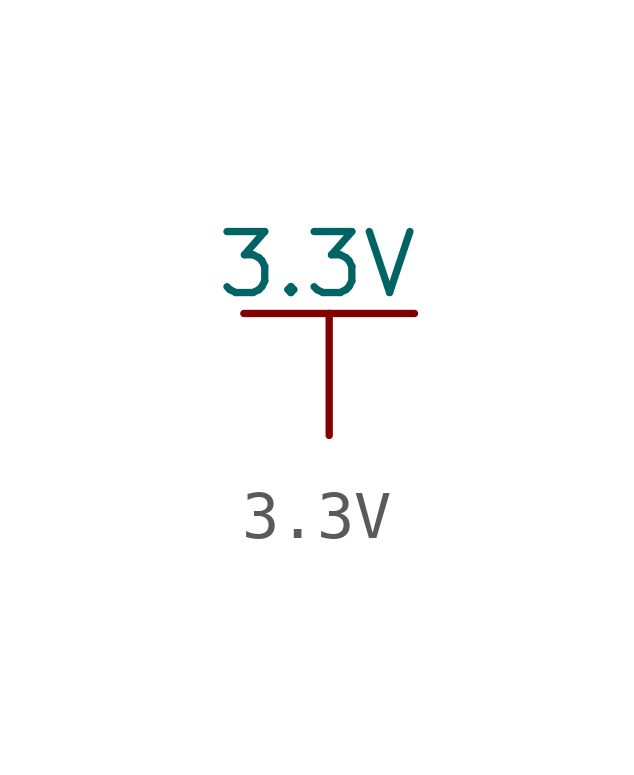
<source format=kicad_sym>
(kicad_symbol_lib
  (version 20220914)
  (generator kicad_symbol_editor)
  (symbol "3.3V"
    (power)
    (pin_numbers hide)
    (pin_names
      (offset 0) hide)
    (property "Reference" "#PWR"
      (at 0 -3.81 0)
      (effects (font (size 1.27 1.27)) hide))
    (property "Value" "3.3V"
      (at -0.254 3.556 0)
      (effects (font (size 1.27 1.27))))
    (property "Footprint" ""
      (at 0 0 0)
      (effects (font (size 1.524 1.524))))
    (property "Datasheet" ""
      (at 0 0 0)
      (effects (font (size 1.524 1.524))))
    (symbol "3.3V_0_1"
      (polyline (pts (xy -1.778 2.54) (xy 0 2.54)) (stroke (width 0) (type default)) (fill (type none)))
      (polyline (pts (xy 0 0) (xy 0 2.54)) (stroke (width 0) (type default)) (fill (type none)))
      (polyline (pts (xy 0 2.54) (xy 1.778 2.54)) (stroke (width 0) (type default)) (fill (type none))))
    (symbol "3.3V_1_1"
      (pin power_in line (at 0 0 90) (length 0) hide (name "3.3V" (effects (font (size 1.27 1.27)))) (number "1" (effects (font (size 1.27 1.27))))))))
</source>
